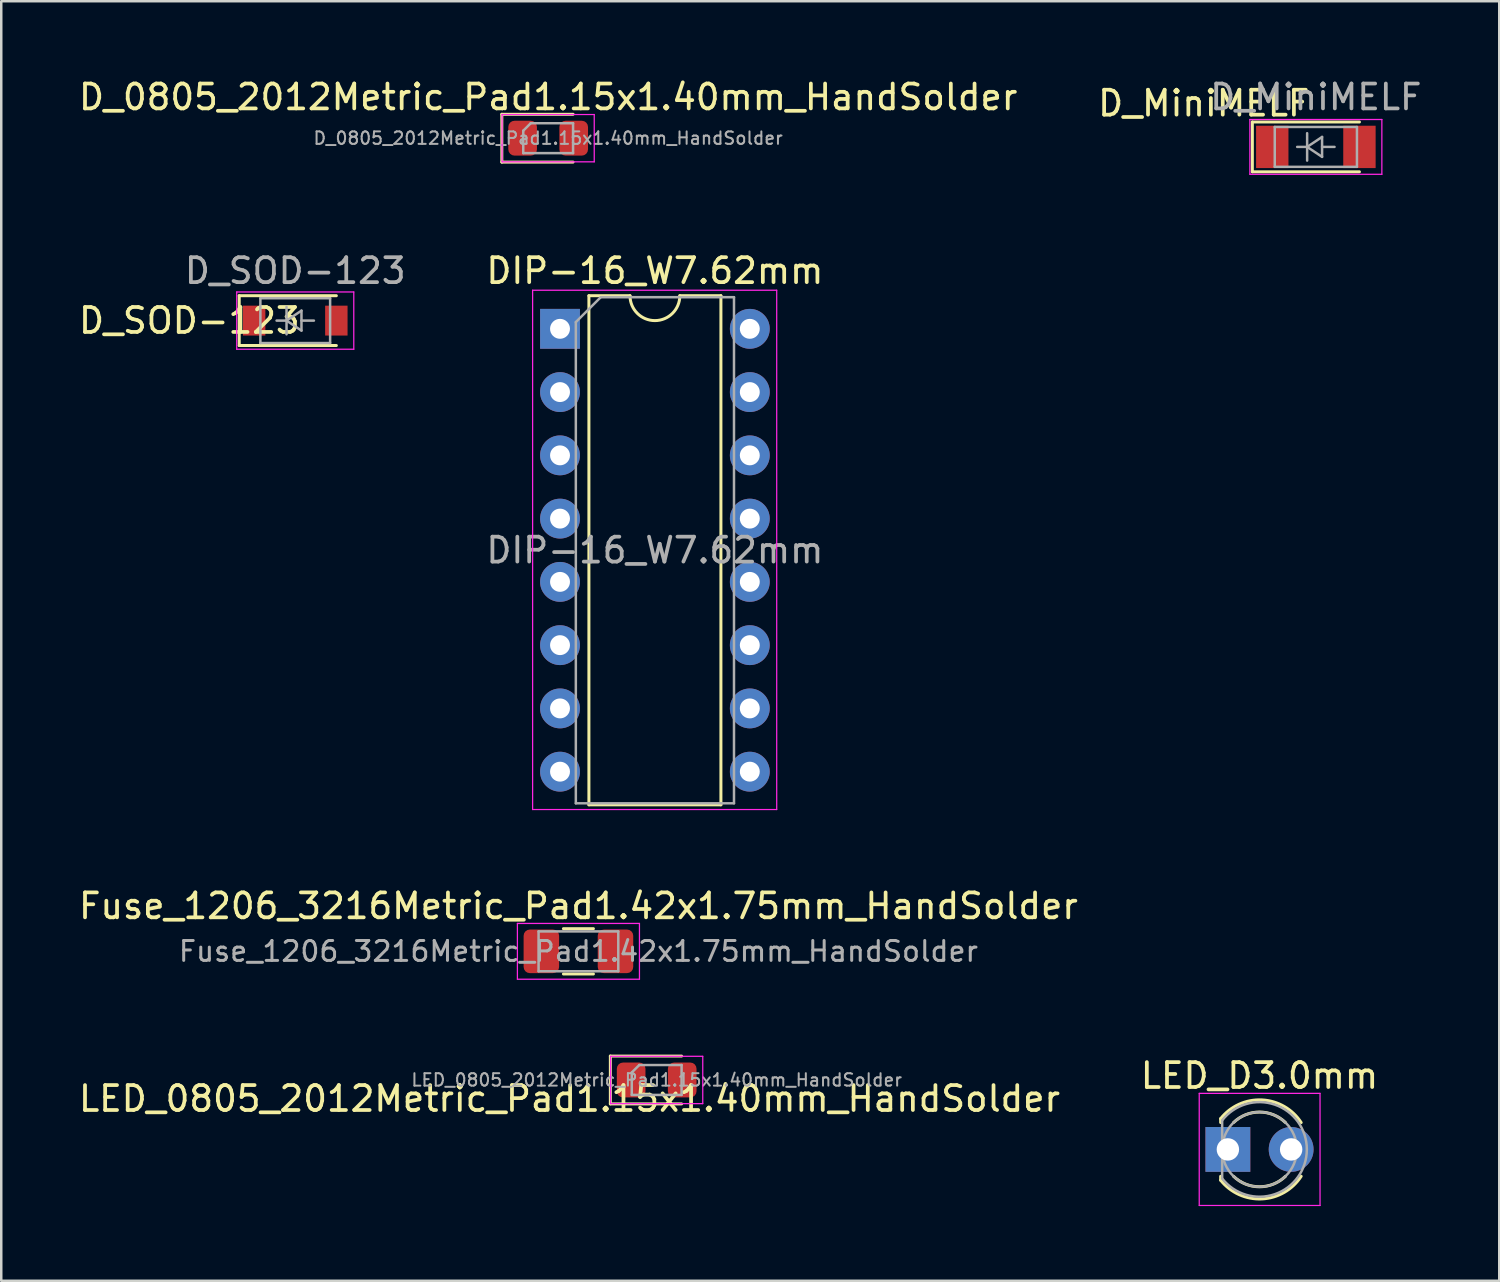
<source format=kicad_pcb>
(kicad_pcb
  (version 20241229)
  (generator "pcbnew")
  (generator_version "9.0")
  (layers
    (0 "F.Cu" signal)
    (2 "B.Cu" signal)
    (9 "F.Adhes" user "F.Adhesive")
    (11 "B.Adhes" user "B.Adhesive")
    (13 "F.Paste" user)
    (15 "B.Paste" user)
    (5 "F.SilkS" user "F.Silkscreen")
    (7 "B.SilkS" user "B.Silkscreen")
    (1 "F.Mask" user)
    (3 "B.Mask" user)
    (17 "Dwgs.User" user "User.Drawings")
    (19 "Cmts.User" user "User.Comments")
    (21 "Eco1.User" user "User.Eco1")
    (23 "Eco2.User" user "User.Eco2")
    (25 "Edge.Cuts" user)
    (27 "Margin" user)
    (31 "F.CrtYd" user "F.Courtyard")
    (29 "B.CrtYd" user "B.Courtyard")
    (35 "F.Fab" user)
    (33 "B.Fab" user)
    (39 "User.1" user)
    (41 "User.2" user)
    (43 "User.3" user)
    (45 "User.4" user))
  (footprint "D_SOD-123"
    (layer "F.Cu")
    (at 8.804 9.822)
    (property "Reference" "D_SOD-123" (at -4.25 0 0) (layer "F.SilkS") (effects (font (size 1 1) (thickness 0.15))))
    (attr smd)
    (fp_line (start -2.25 -1) (end -2.25 1) (stroke (width 0.12) (type solid)) (layer "F.SilkS"))
    (fp_line (start -2.25 -1) (end 1.65 -1) (stroke (width 0.12) (type solid)) (layer "F.SilkS"))
    (fp_line (start -2.25 1) (end 1.65 1) (stroke (width 0.12) (type solid)) (layer "F.SilkS"))
    (fp_line (start -2.35 -1.15) (end -2.35 1.15) (stroke (width 0.05) (type solid)) (layer "F.CrtYd"))
    (fp_line (start -2.35 -1.15) (end 2.35 -1.15) (stroke (width 0.05) (type solid)) (layer "F.CrtYd"))
    (fp_line (start 2.35 -1.15) (end 2.35 1.15) (stroke (width 0.05) (type solid)) (layer "F.CrtYd"))
    (fp_line (start 2.35 1.15) (end -2.35 1.15) (stroke (width 0.05) (type solid)) (layer "F.CrtYd"))
    (fp_line (start -1.4 -0.9) (end 1.4 -0.9) (stroke (width 0.1) (type solid)) (layer "F.Fab"))
    (fp_line (start -1.4 0.9) (end -1.4 -0.9) (stroke (width 0.1) (type solid)) (layer "F.Fab"))
    (fp_line (start -0.75 0) (end -0.35 0) (stroke (width 0.1) (type solid)) (layer "F.Fab"))
    (fp_line (start -0.35 0) (end -0.35 -0.55) (stroke (width 0.1) (type solid)) (layer "F.Fab"))
    (fp_line (start -0.35 0) (end -0.35 0.55) (stroke (width 0.1) (type solid)) (layer "F.Fab"))
    (fp_line (start -0.35 0) (end 0.25 -0.4) (stroke (width 0.1) (type solid)) (layer "F.Fab"))
    (fp_line (start 0.25 -0.4) (end 0.25 0.4) (stroke (width 0.1) (type solid)) (layer "F.Fab"))
    (fp_line (start 0.25 0) (end 0.75 0) (stroke (width 0.1) (type solid)) (layer "F.Fab"))
    (fp_line (start 0.25 0.4) (end -0.35 0) (stroke (width 0.1) (type solid)) (layer "F.Fab"))
    (fp_line (start 1.4 -0.9) (end 1.4 0.9) (stroke (width 0.1) (type solid)) (layer "F.Fab"))
    (fp_line (start 1.4 0.9) (end -1.4 0.9) (stroke (width 0.1) (type solid)) (layer "F.Fab"))
    (fp_text user "${REFERENCE}" (at 0 -2 0) (layer "F.Fab") (effects (font (size 1 1) (thickness 0.15))))
    (pad "1" smd rect (at -1.65 0) (size 0.9 1.2) (layers "F.Cu" "F.Mask" "F.Paste"))
    (pad "2" smd rect (at 1.65 0) (size 0.9 1.2) (layers "F.Cu" "F.Mask" "F.Paste")))
  (footprint "Fuse_1206_3216Metric_Pad1.42x1.75mm_HandSolder"
    (layer "F.Cu")
    (at 20.173 35.145)
    (property "Reference" "Fuse_1206_3216Metric_Pad1.42x1.75mm_HandSolder" (at 0 -1.82 0) (layer "F.SilkS") (effects (font (size 1 1) (thickness 0.15))))
    (attr smd)
    (fp_line (start -0.602 -0.91) (end 0.602 -0.91) (stroke (width 0.12) (type solid)) (layer "F.SilkS"))
    (fp_line (start -0.602 0.91) (end 0.602 0.91) (stroke (width 0.12) (type solid)) (layer "F.SilkS"))
    (fp_line (start -2.45 -1.12) (end 2.45 -1.12) (stroke (width 0.05) (type solid)) (layer "F.CrtYd"))
    (fp_line (start -2.45 1.12) (end -2.45 -1.12) (stroke (width 0.05) (type solid)) (layer "F.CrtYd"))
    (fp_line (start 2.45 -1.12) (end 2.45 1.12) (stroke (width 0.05) (type solid)) (layer "F.CrtYd"))
    (fp_line (start 2.45 1.12) (end -2.45 1.12) (stroke (width 0.05) (type solid)) (layer "F.CrtYd"))
    (fp_line (start -1.6 -0.8) (end 1.6 -0.8) (stroke (width 0.1) (type solid)) (layer "F.Fab"))
    (fp_line (start -1.6 0.8) (end -1.6 -0.8) (stroke (width 0.1) (type solid)) (layer "F.Fab"))
    (fp_line (start 1.6 -0.8) (end 1.6 0.8) (stroke (width 0.1) (type solid)) (layer "F.Fab"))
    (fp_line (start 1.6 0.8) (end -1.6 0.8) (stroke (width 0.1) (type solid)) (layer "F.Fab"))
    (fp_text user "${REFERENCE}" (at 0 0 0) (layer "F.Fab") (effects (font (size 0.8 0.8) (thickness 0.12))))
    (pad "1" smd roundrect (at -1.488 0) (size 1.425 1.75) (layers "F.Cu" "F.Mask" "F.Paste") (roundrect_rratio 0.175))
    (pad "2" smd roundrect (at 1.488 0) (size 1.425 1.75) (layers "F.Cu" "F.Mask" "F.Paste") (roundrect_rratio 0.175)))
  (footprint "LED_0805_2012Metric_Pad1.15x1.40mm_HandSolder"
    (layer "F.Cu")
    (at 23.315 40.31)
    (property "Reference" "LED_0805_2012Metric_Pad1.15x1.40mm_HandSolder" (at -3.5 0.75 0) (layer "F.SilkS") (effects (font (size 1 1) (thickness 0.15))))
    (attr smd)
    (fp_line (start -1.86 -0.96) (end -1.86 0.96) (stroke (width 0.12) (type solid)) (layer "F.SilkS"))
    (fp_line (start -1.86 0.96) (end 1 0.96) (stroke (width 0.12) (type solid)) (layer "F.SilkS"))
    (fp_line (start 1 -0.96) (end -1.86 -0.96) (stroke (width 0.12) (type solid)) (layer "F.SilkS"))
    (fp_line (start -1.85 -0.95) (end 1.85 -0.95) (stroke (width 0.05) (type solid)) (layer "F.CrtYd"))
    (fp_line (start -1.85 0.95) (end -1.85 -0.95) (stroke (width 0.05) (type solid)) (layer "F.CrtYd"))
    (fp_line (start 1.85 -0.95) (end 1.85 0.95) (stroke (width 0.05) (type solid)) (layer "F.CrtYd"))
    (fp_line (start 1.85 0.95) (end -1.85 0.95) (stroke (width 0.05) (type solid)) (layer "F.CrtYd"))
    (fp_line (start -1 -0.3) (end -1 0.6) (stroke (width 0.1) (type solid)) (layer "F.Fab"))
    (fp_line (start -1 0.6) (end 1 0.6) (stroke (width 0.1) (type solid)) (layer "F.Fab"))
    (fp_line (start -0.7 -0.6) (end -1 -0.3) (stroke (width 0.1) (type solid)) (layer "F.Fab"))
    (fp_line (start 1 -0.6) (end -0.7 -0.6) (stroke (width 0.1) (type solid)) (layer "F.Fab"))
    (fp_line (start 1 0.6) (end 1 -0.6) (stroke (width 0.1) (type solid)) (layer "F.Fab"))
    (fp_text user "${REFERENCE}" (at 0 0 0) (layer "F.Fab") (effects (font (size 0.5 0.5) (thickness 0.08))))
    (pad "1" smd roundrect (at -1.025 0) (size 1.15 1.4) (layers "F.Cu" "F.Mask" "F.Paste") (roundrect_rratio 0.217))
    (pad "2" smd roundrect (at 1.025 0) (size 1.15 1.4) (layers "F.Cu" "F.Mask" "F.Paste") (roundrect_rratio 0.217)))
  (footprint "DIP-16_W7.62mm"
    (layer "F.Cu")
    (at 19.434 10.152)
    (property "Reference" "DIP-16_W7.62mm" (at 3.81 -2.33 0) (layer "F.SilkS") (effects (font (size 1 1) (thickness 0.15))))
    (attr through_hole)
    (fp_line (start 1.16 -1.33) (end 1.16 19.11) (stroke (width 0.12) (type solid)) (layer "F.SilkS"))
    (fp_line (start 1.16 19.11) (end 6.46 19.11) (stroke (width 0.12) (type solid)) (layer "F.SilkS"))
    (fp_line (start 2.81 -1.33) (end 1.16 -1.33) (stroke (width 0.12) (type solid)) (layer "F.SilkS"))
    (fp_line (start 6.46 -1.33) (end 4.81 -1.33) (stroke (width 0.12) (type solid)) (layer "F.SilkS"))
    (fp_line (start 6.46 19.11) (end 6.46 -1.33) (stroke (width 0.12) (type solid)) (layer "F.SilkS"))
    (fp_arc (start 4.81 -1.33) (mid 3.81 -0.33) (end 2.81 -1.33) (stroke (width 0.12) (type solid)) (layer "F.SilkS"))
    (fp_line (start -1.1 -1.55) (end -1.1 19.3) (stroke (width 0.05) (type solid)) (layer "F.CrtYd"))
    (fp_line (start -1.1 19.3) (end 8.7 19.3) (stroke (width 0.05) (type solid)) (layer "F.CrtYd"))
    (fp_line (start 8.7 -1.55) (end -1.1 -1.55) (stroke (width 0.05) (type solid)) (layer "F.CrtYd"))
    (fp_line (start 8.7 19.3) (end 8.7 -1.55) (stroke (width 0.05) (type solid)) (layer "F.CrtYd"))
    (fp_line (start 0.635 -0.27) (end 1.635 -1.27) (stroke (width 0.1) (type solid)) (layer "F.Fab"))
    (fp_line (start 0.635 19.05) (end 0.635 -0.27) (stroke (width 0.1) (type solid)) (layer "F.Fab"))
    (fp_line (start 1.635 -1.27) (end 6.985 -1.27) (stroke (width 0.1) (type solid)) (layer "F.Fab"))
    (fp_line (start 6.985 -1.27) (end 6.985 19.05) (stroke (width 0.1) (type solid)) (layer "F.Fab"))
    (fp_line (start 6.985 19.05) (end 0.635 19.05) (stroke (width 0.1) (type solid)) (layer "F.Fab"))
    (fp_text user "${REFERENCE}" (at 3.81 8.89 0) (layer "F.Fab") (effects (font (size 1 1) (thickness 0.15))))
    (pad "1" thru_hole rect (at 0 0) (size 1.6 1.6) (drill 0.8) (layers "*.Cu" "*.Mask"))
    (pad "2" thru_hole oval (at 0 2.54) (size 1.6 1.6) (drill 0.8) (layers "*.Cu" "*.Mask"))
    (pad "3" thru_hole oval (at 0 5.08) (size 1.6 1.6) (drill 0.8) (layers "*.Cu" "*.Mask"))
    (pad "4" thru_hole oval (at 0 7.62) (size 1.6 1.6) (drill 0.8) (layers "*.Cu" "*.Mask"))
    (pad "5" thru_hole oval (at 0 10.16) (size 1.6 1.6) (drill 0.8) (layers "*.Cu" "*.Mask"))
    (pad "6" thru_hole oval (at 0 12.7) (size 1.6 1.6) (drill 0.8) (layers "*.Cu" "*.Mask"))
    (pad "7" thru_hole oval (at 0 15.24) (size 1.6 1.6) (drill 0.8) (layers "*.Cu" "*.Mask"))
    (pad "8" thru_hole oval (at 0 17.78) (size 1.6 1.6) (drill 0.8) (layers "*.Cu" "*.Mask"))
    (pad "9" thru_hole oval (at 7.62 17.78) (size 1.6 1.6) (drill 0.8) (layers "*.Cu" "*.Mask"))
    (pad "10" thru_hole oval (at 7.62 15.24) (size 1.6 1.6) (drill 0.8) (layers "*.Cu" "*.Mask"))
    (pad "11" thru_hole oval (at 7.62 12.7) (size 1.6 1.6) (drill 0.8) (layers "*.Cu" "*.Mask"))
    (pad "12" thru_hole oval (at 7.62 10.16) (size 1.6 1.6) (drill 0.8) (layers "*.Cu" "*.Mask"))
    (pad "13" thru_hole oval (at 7.62 7.62) (size 1.6 1.6) (drill 0.8) (layers "*.Cu" "*.Mask"))
    (pad "14" thru_hole oval (at 7.62 5.08) (size 1.6 1.6) (drill 0.8) (layers "*.Cu" "*.Mask"))
    (pad "15" thru_hole oval (at 7.62 2.54) (size 1.6 1.6) (drill 0.8) (layers "*.Cu" "*.Mask"))
    (pad "16" thru_hole oval (at 7.62 0) (size 1.6 1.6) (drill 0.8) (layers "*.Cu" "*.Mask")))
  (footprint "D_MiniMELF"
    (layer "F.Cu")
    (at 49.78 2.848)
    (property "Reference" "D_MiniMELF" (at -4.5 -1.75 0) (layer "F.SilkS") (effects (font (size 1 1) (thickness 0.15))))
    (attr smd)
    (fp_line (start -2.55 -1) (end -2.55 1) (stroke (width 0.12) (type solid)) (layer "F.SilkS"))
    (fp_line (start -2.55 1) (end 1.75 1) (stroke (width 0.12) (type solid)) (layer "F.SilkS"))
    (fp_line (start 1.75 -1) (end -2.55 -1) (stroke (width 0.12) (type solid)) (layer "F.SilkS"))
    (fp_line (start -2.65 -1.1) (end 2.65 -1.1) (stroke (width 0.05) (type solid)) (layer "F.CrtYd"))
    (fp_line (start -2.65 1.1) (end -2.65 -1.1) (stroke (width 0.05) (type solid)) (layer "F.CrtYd"))
    (fp_line (start 2.65 -1.1) (end 2.65 1.1) (stroke (width 0.05) (type solid)) (layer "F.CrtYd"))
    (fp_line (start 2.65 1.1) (end -2.65 1.1) (stroke (width 0.05) (type solid)) (layer "F.CrtYd"))
    (fp_line (start -1.65 -0.8) (end 1.65 -0.8) (stroke (width 0.1) (type solid)) (layer "F.Fab"))
    (fp_line (start -1.65 0.8) (end -1.65 -0.8) (stroke (width 0.1) (type solid)) (layer "F.Fab"))
    (fp_line (start -0.75 0) (end -0.35 0) (stroke (width 0.1) (type solid)) (layer "F.Fab"))
    (fp_line (start -0.35 0) (end -0.35 -0.55) (stroke (width 0.1) (type solid)) (layer "F.Fab"))
    (fp_line (start -0.35 0) (end -0.35 0.55) (stroke (width 0.1) (type solid)) (layer "F.Fab"))
    (fp_line (start -0.35 0) (end 0.25 -0.4) (stroke (width 0.1) (type solid)) (layer "F.Fab"))
    (fp_line (start 0.25 -0.4) (end 0.25 0.4) (stroke (width 0.1) (type solid)) (layer "F.Fab"))
    (fp_line (start 0.25 0) (end 0.75 0) (stroke (width 0.1) (type solid)) (layer "F.Fab"))
    (fp_line (start 0.25 0.4) (end -0.35 0) (stroke (width 0.1) (type solid)) (layer "F.Fab"))
    (fp_line (start 1.65 -0.8) (end 1.65 0.8) (stroke (width 0.1) (type solid)) (layer "F.Fab"))
    (fp_line (start 1.65 0.8) (end -1.65 0.8) (stroke (width 0.1) (type solid)) (layer "F.Fab"))
    (fp_text user "${REFERENCE}" (at 0 -2 0) (layer "F.Fab") (effects (font (size 1 1) (thickness 0.15))))
    (pad "1" smd rect (at -1.75 0) (size 1.3 1.7) (layers "F.Cu" "F.Mask" "F.Paste"))
    (pad "2" smd rect (at 1.75 0) (size 1.3 1.7) (layers "F.Cu" "F.Mask" "F.Paste")))
  (footprint "D_0805_2012Metric_Pad1.15x1.40mm_HandSolder"
    (layer "F.Cu")
    (at 18.958 2.498)
    (property "Reference" "D_0805_2012Metric_Pad1.15x1.40mm_HandSolder" (at 0 -1.65 0) (layer "F.SilkS") (effects (font (size 1 1) (thickness 0.15))))
    (attr smd)
    (fp_line (start -1.86 -0.96) (end -1.86 0.96) (stroke (width 0.12) (type solid)) (layer "F.SilkS"))
    (fp_line (start -1.86 0.96) (end 1 0.96) (stroke (width 0.12) (type solid)) (layer "F.SilkS"))
    (fp_line (start 1 -0.96) (end -1.86 -0.96) (stroke (width 0.12) (type solid)) (layer "F.SilkS"))
    (fp_line (start -1.85 -0.95) (end 1.85 -0.95) (stroke (width 0.05) (type solid)) (layer "F.CrtYd"))
    (fp_line (start -1.85 0.95) (end -1.85 -0.95) (stroke (width 0.05) (type solid)) (layer "F.CrtYd"))
    (fp_line (start 1.85 -0.95) (end 1.85 0.95) (stroke (width 0.05) (type solid)) (layer "F.CrtYd"))
    (fp_line (start 1.85 0.95) (end -1.85 0.95) (stroke (width 0.05) (type solid)) (layer "F.CrtYd"))
    (fp_line (start -1 -0.3) (end -1 0.6) (stroke (width 0.1) (type solid)) (layer "F.Fab"))
    (fp_line (start -1 0.6) (end 1 0.6) (stroke (width 0.1) (type solid)) (layer "F.Fab"))
    (fp_line (start -0.7 -0.6) (end -1 -0.3) (stroke (width 0.1) (type solid)) (layer "F.Fab"))
    (fp_line (start 1 -0.6) (end -0.7 -0.6) (stroke (width 0.1) (type solid)) (layer "F.Fab"))
    (fp_line (start 1 0.6) (end 1 -0.6) (stroke (width 0.1) (type solid)) (layer "F.Fab"))
    (fp_text user "${REFERENCE}" (at 0 0 0) (layer "F.Fab") (effects (font (size 0.5 0.5) (thickness 0.08))))
    (pad "1" smd roundrect (at -1.025 0) (size 1.15 1.4) (layers "F.Cu" "F.Mask" "F.Paste") (roundrect_rratio 0.217))
    (pad "2" smd roundrect (at 1.025 0) (size 1.15 1.4) (layers "F.Cu" "F.Mask" "F.Paste") (roundrect_rratio 0.217)))
  (footprint "LED_D3.0mm"
    (layer "F.Cu")
    (at 46.248 43.098)
    (property "Reference" "LED_D3.0mm" (at 1.27 -2.96 0) (layer "F.SilkS") (effects (font (size 1 1) (thickness 0.15))))
    (attr through_hole)
    (fp_line (start -0.29 -1.236) (end -0.29 -1.08) (stroke (width 0.12) (type solid)) (layer "F.SilkS"))
    (fp_line (start -0.29 1.08) (end -0.29 1.236) (stroke (width 0.12) (type solid)) (layer "F.SilkS"))
    (fp_arc (start -0.29 -1.235516) (mid 1.366487 -1.987659) (end 2.942335 -1.078608) (stroke (width 0.12) (type solid)) (layer "F.SilkS"))
    (fp_arc (start 0.229039 -1.08) (mid 1.270117 -1.5) (end 2.31113 -1.079837) (stroke (width 0.12) (type solid)) (layer "F.SilkS"))
    (fp_arc (start 2.31113 1.079837) (mid 1.270117 1.5) (end 0.229039 1.08) (stroke (width 0.12) (type solid)) (layer "F.SilkS"))
    (fp_arc (start 2.942335 1.078608) (mid 1.366487 1.987659) (end -0.29 1.235516) (stroke (width 0.12) (type solid)) (layer "F.SilkS"))
    (fp_line (start -1.15 -2.25) (end -1.15 2.25) (stroke (width 0.05) (type solid)) (layer "F.CrtYd"))
    (fp_line (start -1.15 2.25) (end 3.7 2.25) (stroke (width 0.05) (type solid)) (layer "F.CrtYd"))
    (fp_line (start 3.7 -2.25) (end -1.15 -2.25) (stroke (width 0.05) (type solid)) (layer "F.CrtYd"))
    (fp_line (start 3.7 2.25) (end 3.7 -2.25) (stroke (width 0.05) (type solid)) (layer "F.CrtYd"))
    (fp_line (start -0.23 -1.166) (end -0.23 1.166) (stroke (width 0.1) (type solid)) (layer "F.Fab"))
    (fp_arc (start -0.23 -1.16619) (mid 3.17 0.000452) (end -0.230555 1.165476) (stroke (width 0.1) (type solid)) (layer "F.Fab"))
    (fp_circle (center 1.27 0) (end 2.77 0) (stroke (width 0.1) (type solid)) (fill no) (layer "F.Fab"))
    (pad "1" thru_hole rect (at 0 0) (size 1.8 1.8) (drill 0.9) (layers "*.Cu" "*.Mask"))
    (pad "2" thru_hole circle (at 2.54 0) (size 1.8 1.8) (drill 0.9) (layers "*.Cu" "*.Mask")))
  (gr_rect
    (start -3 -3)
    (end 57.143 48.373)
    (stroke (width 0.1) (type default))
    (fill no)
    (layer "Edge.Cuts")))
</source>
